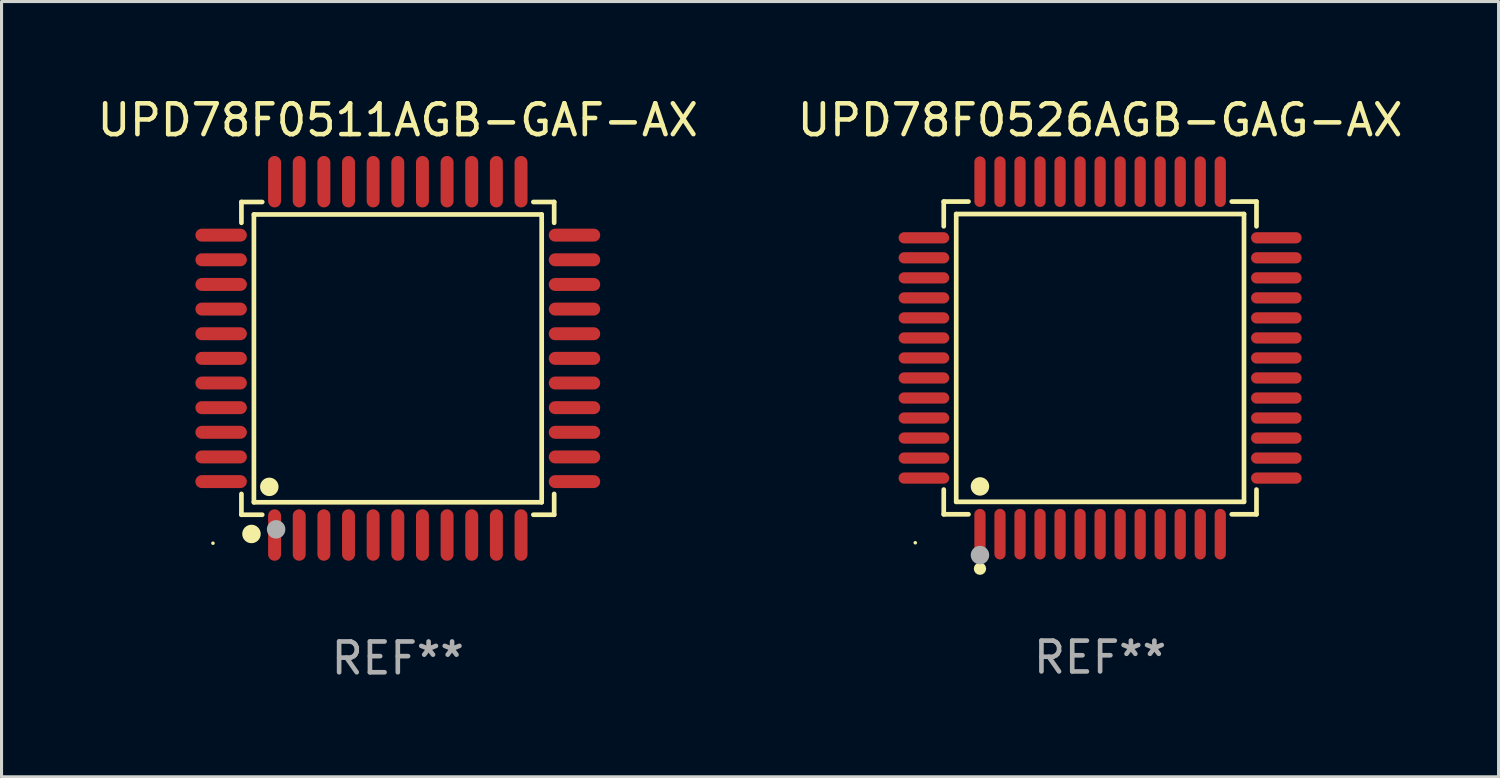
<source format=kicad_pcb>
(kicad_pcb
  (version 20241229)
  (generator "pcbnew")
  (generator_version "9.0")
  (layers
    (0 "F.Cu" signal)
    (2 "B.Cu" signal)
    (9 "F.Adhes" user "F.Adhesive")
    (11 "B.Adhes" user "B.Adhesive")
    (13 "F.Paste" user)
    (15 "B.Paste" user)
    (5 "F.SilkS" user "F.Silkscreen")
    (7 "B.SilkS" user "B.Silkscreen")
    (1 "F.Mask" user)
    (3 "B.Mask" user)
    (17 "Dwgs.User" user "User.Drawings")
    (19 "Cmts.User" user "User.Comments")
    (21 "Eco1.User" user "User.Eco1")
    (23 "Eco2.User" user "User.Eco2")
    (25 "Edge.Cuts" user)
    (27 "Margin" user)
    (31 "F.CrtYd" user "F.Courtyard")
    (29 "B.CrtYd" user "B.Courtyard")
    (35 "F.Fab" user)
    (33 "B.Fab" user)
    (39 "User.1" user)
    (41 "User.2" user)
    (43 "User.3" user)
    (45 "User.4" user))
  (footprint "UPD78F0526AGB-GAG-AX"
    (layer "F.Cu")
    (at 32.661 8.569)
    (property "Reference" "UPD78F0526AGB-GAG-AX" (at 0 -7.721 0) (layer "F.SilkS") (effects (font (size 1 1) (thickness 0.15))))
    (attr through_hole)
    (fp_line (start -5.076 -5.076) (end -4.273 -5.076) (stroke (width 0.152) (type solid)) (layer "F.SilkS"))
    (fp_line (start -5.076 -4.273) (end -5.076 -5.076) (stroke (width 0.152) (type solid)) (layer "F.SilkS"))
    (fp_line (start -5.076 4.273) (end -5.076 5.076) (stroke (width 0.152) (type solid)) (layer "F.SilkS"))
    (fp_line (start -5.076 5.076) (end -4.273 5.076) (stroke (width 0.152) (type solid)) (layer "F.SilkS"))
    (fp_line (start -4.671 -4.671) (end 4.671 -4.671) (stroke (width 0.152) (type solid)) (layer "F.SilkS"))
    (fp_line (start -4.671 4.671) (end -4.671 -4.671) (stroke (width 0.152) (type solid)) (layer "F.SilkS"))
    (fp_line (start 4.671 -4.671) (end 4.671 4.671) (stroke (width 0.152) (type solid)) (layer "F.SilkS"))
    (fp_line (start 4.671 4.671) (end -4.671 4.671) (stroke (width 0.152) (type solid)) (layer "F.SilkS"))
    (fp_line (start 5.076 -5.076) (end 4.273 -5.076) (stroke (width 0.152) (type solid)) (layer "F.SilkS"))
    (fp_line (start 5.076 -4.273) (end 5.076 -5.076) (stroke (width 0.152) (type solid)) (layer "F.SilkS"))
    (fp_line (start 5.076 4.273) (end 5.076 5.076) (stroke (width 0.152) (type solid)) (layer "F.SilkS"))
    (fp_line (start 5.076 5.076) (end 4.273 5.076) (stroke (width 0.152) (type solid)) (layer "F.SilkS"))
    (fp_circle (center -6 6) (end -5.97 6) (stroke (width 0.06) (type solid)) (fill no) (layer "F.SilkS"))
    (fp_circle (center -3.9 4.171) (end -3.75 4.171) (stroke (width 0.3) (type solid)) (fill no) (layer "F.SilkS"))
    (fp_circle (center -3.9 6.842) (end -3.8 6.842) (stroke (width 0.2) (type solid)) (fill no) (layer "F.SilkS"))
    (fp_circle (center -3.9 6.4) (end -3.75 6.4) (stroke (width 0.3) (type solid)) (fill no) (layer "F.Fab"))
    (fp_text user "REF**" (at 0 9.721 0) (layer "F.Fab") (effects (font (size 1 1) (thickness 0.15))))
    (pad "1" smd oval (at -3.9 5.721) (size 0.364 1.642) (layers "F.Cu" "F.Mask" "F.Paste"))
    (pad "2" smd oval (at -3.25 5.721) (size 0.364 1.642) (layers "F.Cu" "F.Mask" "F.Paste"))
    (pad "3" smd oval (at -2.6 5.721) (size 0.364 1.642) (layers "F.Cu" "F.Mask" "F.Paste"))
    (pad "4" smd oval (at -1.95 5.721) (size 0.364 1.642) (layers "F.Cu" "F.Mask" "F.Paste"))
    (pad "5" smd oval (at -1.3 5.721) (size 0.364 1.642) (layers "F.Cu" "F.Mask" "F.Paste"))
    (pad "6" smd oval (at -0.65 5.721) (size 0.364 1.642) (layers "F.Cu" "F.Mask" "F.Paste"))
    (pad "7" smd oval (at 0 5.721) (size 0.364 1.642) (layers "F.Cu" "F.Mask" "F.Paste"))
    (pad "8" smd oval (at 0.65 5.721) (size 0.364 1.642) (layers "F.Cu" "F.Mask" "F.Paste"))
    (pad "9" smd oval (at 1.3 5.721) (size 0.364 1.642) (layers "F.Cu" "F.Mask" "F.Paste"))
    (pad "10" smd oval (at 1.95 5.721) (size 0.364 1.642) (layers "F.Cu" "F.Mask" "F.Paste"))
    (pad "11" smd oval (at 2.6 5.721) (size 0.364 1.642) (layers "F.Cu" "F.Mask" "F.Paste"))
    (pad "12" smd oval (at 3.25 5.721) (size 0.364 1.642) (layers "F.Cu" "F.Mask" "F.Paste"))
    (pad "13" smd oval (at 3.9 5.721) (size 0.364 1.642) (layers "F.Cu" "F.Mask" "F.Paste"))
    (pad "14" smd oval (at 5.721 3.9) (size 1.642 0.364) (layers "F.Cu" "F.Mask" "F.Paste"))
    (pad "15" smd oval (at 5.721 3.25) (size 1.642 0.364) (layers "F.Cu" "F.Mask" "F.Paste"))
    (pad "16" smd oval (at 5.721 2.6) (size 1.642 0.364) (layers "F.Cu" "F.Mask" "F.Paste"))
    (pad "17" smd oval (at 5.721 1.95) (size 1.642 0.364) (layers "F.Cu" "F.Mask" "F.Paste"))
    (pad "18" smd oval (at 5.721 1.3) (size 1.642 0.364) (layers "F.Cu" "F.Mask" "F.Paste"))
    (pad "19" smd oval (at 5.721 0.65) (size 1.642 0.364) (layers "F.Cu" "F.Mask" "F.Paste"))
    (pad "20" smd oval (at 5.721 0) (size 1.642 0.364) (layers "F.Cu" "F.Mask" "F.Paste"))
    (pad "21" smd oval (at 5.721 -0.65) (size 1.642 0.364) (layers "F.Cu" "F.Mask" "F.Paste"))
    (pad "22" smd oval (at 5.721 -1.3) (size 1.642 0.364) (layers "F.Cu" "F.Mask" "F.Paste"))
    (pad "23" smd oval (at 5.721 -1.95) (size 1.642 0.364) (layers "F.Cu" "F.Mask" "F.Paste"))
    (pad "24" smd oval (at 5.721 -2.6) (size 1.642 0.364) (layers "F.Cu" "F.Mask" "F.Paste"))
    (pad "25" smd oval (at 5.721 -3.25) (size 1.642 0.364) (layers "F.Cu" "F.Mask" "F.Paste"))
    (pad "26" smd oval (at 5.721 -3.9) (size 1.642 0.364) (layers "F.Cu" "F.Mask" "F.Paste"))
    (pad "27" smd oval (at 3.9 -5.721) (size 0.364 1.642) (layers "F.Cu" "F.Mask" "F.Paste"))
    (pad "28" smd oval (at 3.25 -5.721) (size 0.364 1.642) (layers "F.Cu" "F.Mask" "F.Paste"))
    (pad "29" smd oval (at 2.6 -5.721) (size 0.364 1.642) (layers "F.Cu" "F.Mask" "F.Paste"))
    (pad "30" smd oval (at 1.95 -5.721) (size 0.364 1.642) (layers "F.Cu" "F.Mask" "F.Paste"))
    (pad "31" smd oval (at 1.3 -5.721) (size 0.364 1.642) (layers "F.Cu" "F.Mask" "F.Paste"))
    (pad "32" smd oval (at 0.65 -5.721) (size 0.364 1.642) (layers "F.Cu" "F.Mask" "F.Paste"))
    (pad "33" smd oval (at 0 -5.721) (size 0.364 1.642) (layers "F.Cu" "F.Mask" "F.Paste"))
    (pad "34" smd oval (at -0.65 -5.721) (size 0.364 1.642) (layers "F.Cu" "F.Mask" "F.Paste"))
    (pad "35" smd oval (at -1.3 -5.721) (size 0.364 1.642) (layers "F.Cu" "F.Mask" "F.Paste"))
    (pad "36" smd oval (at -1.95 -5.721) (size 0.364 1.642) (layers "F.Cu" "F.Mask" "F.Paste"))
    (pad "37" smd oval (at -2.6 -5.721) (size 0.364 1.642) (layers "F.Cu" "F.Mask" "F.Paste"))
    (pad "38" smd oval (at -3.25 -5.721) (size 0.364 1.642) (layers "F.Cu" "F.Mask" "F.Paste"))
    (pad "39" smd oval (at -3.9 -5.721) (size 0.364 1.642) (layers "F.Cu" "F.Mask" "F.Paste"))
    (pad "40" smd oval (at -5.721 -3.9) (size 1.642 0.364) (layers "F.Cu" "F.Mask" "F.Paste"))
    (pad "41" smd oval (at -5.721 -3.25) (size 1.642 0.364) (layers "F.Cu" "F.Mask" "F.Paste"))
    (pad "42" smd oval (at -5.721 -2.6) (size 1.642 0.364) (layers "F.Cu" "F.Mask" "F.Paste"))
    (pad "43" smd oval (at -5.721 -1.95) (size 1.642 0.364) (layers "F.Cu" "F.Mask" "F.Paste"))
    (pad "44" smd oval (at -5.721 -1.3) (size 1.642 0.364) (layers "F.Cu" "F.Mask" "F.Paste"))
    (pad "45" smd oval (at -5.721 -0.65) (size 1.642 0.364) (layers "F.Cu" "F.Mask" "F.Paste"))
    (pad "46" smd oval (at -5.721 0) (size 1.642 0.364) (layers "F.Cu" "F.Mask" "F.Paste"))
    (pad "47" smd oval (at -5.721 0.65) (size 1.642 0.364) (layers "F.Cu" "F.Mask" "F.Paste"))
    (pad "48" smd oval (at -5.721 1.3) (size 1.642 0.364) (layers "F.Cu" "F.Mask" "F.Paste"))
    (pad "49" smd oval (at -5.721 1.95) (size 1.642 0.364) (layers "F.Cu" "F.Mask" "F.Paste"))
    (pad "50" smd oval (at -5.721 2.6) (size 1.642 0.364) (layers "F.Cu" "F.Mask" "F.Paste"))
    (pad "51" smd oval (at -5.721 3.25) (size 1.642 0.364) (layers "F.Cu" "F.Mask" "F.Paste"))
    (pad "52" smd oval (at -5.721 3.9) (size 1.642 0.364) (layers "F.Cu" "F.Mask" "F.Paste")))
  (footprint "UPD78F0511AGB-GAF-AX"
    (layer "F.Cu")
    (at 9.863 8.583)
    (property "Reference" "UPD78F0511AGB-GAF-AX" (at 0 -7.735 0) (layer "F.SilkS") (effects (font (size 1 1) (thickness 0.15))))
    (attr through_hole)
    (fp_line (start -5.076 -5.076) (end -4.401 -5.076) (stroke (width 0.152) (type solid)) (layer "F.SilkS"))
    (fp_line (start -5.076 -4.401) (end -5.076 -5.076) (stroke (width 0.152) (type solid)) (layer "F.SilkS"))
    (fp_line (start -5.076 4.401) (end -5.076 5.076) (stroke (width 0.152) (type solid)) (layer "F.SilkS"))
    (fp_line (start -5.076 5.076) (end -4.401 5.076) (stroke (width 0.152) (type solid)) (layer "F.SilkS"))
    (fp_line (start -4.671 -4.671) (end 4.671 -4.671) (stroke (width 0.152) (type solid)) (layer "F.SilkS"))
    (fp_line (start -4.671 4.671) (end -4.671 -4.671) (stroke (width 0.152) (type solid)) (layer "F.SilkS"))
    (fp_line (start 4.671 -4.671) (end 4.671 4.671) (stroke (width 0.152) (type solid)) (layer "F.SilkS"))
    (fp_line (start 4.671 4.671) (end -4.671 4.671) (stroke (width 0.152) (type solid)) (layer "F.SilkS"))
    (fp_line (start 5.076 -5.076) (end 4.401 -5.076) (stroke (width 0.152) (type solid)) (layer "F.SilkS"))
    (fp_line (start 5.076 -4.401) (end 5.076 -5.076) (stroke (width 0.152) (type solid)) (layer "F.SilkS"))
    (fp_line (start 5.076 4.401) (end 5.076 5.076) (stroke (width 0.152) (type solid)) (layer "F.SilkS"))
    (fp_line (start 5.076 5.076) (end 4.401 5.076) (stroke (width 0.152) (type solid)) (layer "F.SilkS"))
    (fp_circle (center -6 6) (end -5.97 6) (stroke (width 0.06) (type solid)) (fill no) (layer "F.SilkS"))
    (fp_circle (center -4.75 5.7) (end -4.6 5.7) (stroke (width 0.3) (type solid)) (fill no) (layer "F.SilkS"))
    (fp_circle (center -4.171 4.171) (end -4.021 4.171) (stroke (width 0.3) (type solid)) (fill no) (layer "F.SilkS"))
    (fp_circle (center -3.95 5.55) (end -3.8 5.55) (stroke (width 0.3) (type solid)) (fill no) (layer "F.Fab"))
    (fp_text user "REF**" (at 0 9.735 0) (layer "F.Fab") (effects (font (size 1 1) (thickness 0.15))))
    (pad "1" smd oval (at -4 5.735) (size 0.42 1.67) (layers "F.Cu" "F.Mask" "F.Paste"))
    (pad "2" smd oval (at -3.2 5.735) (size 0.42 1.67) (layers "F.Cu" "F.Mask" "F.Paste"))
    (pad "3" smd oval (at -2.4 5.735) (size 0.42 1.67) (layers "F.Cu" "F.Mask" "F.Paste"))
    (pad "4" smd oval (at -1.6 5.735) (size 0.42 1.67) (layers "F.Cu" "F.Mask" "F.Paste"))
    (pad "5" smd oval (at -0.8 5.735) (size 0.42 1.67) (layers "F.Cu" "F.Mask" "F.Paste"))
    (pad "6" smd oval (at 0 5.735) (size 0.42 1.67) (layers "F.Cu" "F.Mask" "F.Paste"))
    (pad "7" smd oval (at 0.8 5.735) (size 0.42 1.67) (layers "F.Cu" "F.Mask" "F.Paste"))
    (pad "8" smd oval (at 1.6 5.735) (size 0.42 1.67) (layers "F.Cu" "F.Mask" "F.Paste"))
    (pad "9" smd oval (at 2.4 5.735) (size 0.42 1.67) (layers "F.Cu" "F.Mask" "F.Paste"))
    (pad "10" smd oval (at 3.2 5.735) (size 0.42 1.67) (layers "F.Cu" "F.Mask" "F.Paste"))
    (pad "11" smd oval (at 4 5.735) (size 0.42 1.67) (layers "F.Cu" "F.Mask" "F.Paste"))
    (pad "12" smd oval (at 5.735 4) (size 1.67 0.42) (layers "F.Cu" "F.Mask" "F.Paste"))
    (pad "13" smd oval (at 5.735 3.2) (size 1.67 0.42) (layers "F.Cu" "F.Mask" "F.Paste"))
    (pad "14" smd oval (at 5.735 2.4) (size 1.67 0.42) (layers "F.Cu" "F.Mask" "F.Paste"))
    (pad "15" smd oval (at 5.735 1.6) (size 1.67 0.42) (layers "F.Cu" "F.Mask" "F.Paste"))
    (pad "16" smd oval (at 5.735 0.8) (size 1.67 0.42) (layers "F.Cu" "F.Mask" "F.Paste"))
    (pad "17" smd oval (at 5.735 0) (size 1.67 0.42) (layers "F.Cu" "F.Mask" "F.Paste"))
    (pad "18" smd oval (at 5.735 -0.8) (size 1.67 0.42) (layers "F.Cu" "F.Mask" "F.Paste"))
    (pad "19" smd oval (at 5.735 -1.6) (size 1.67 0.42) (layers "F.Cu" "F.Mask" "F.Paste"))
    (pad "20" smd oval (at 5.735 -2.4) (size 1.67 0.42) (layers "F.Cu" "F.Mask" "F.Paste"))
    (pad "21" smd oval (at 5.735 -3.2) (size 1.67 0.42) (layers "F.Cu" "F.Mask" "F.Paste"))
    (pad "22" smd oval (at 5.735 -4) (size 1.67 0.42) (layers "F.Cu" "F.Mask" "F.Paste"))
    (pad "23" smd oval (at 4 -5.735) (size 0.42 1.67) (layers "F.Cu" "F.Mask" "F.Paste"))
    (pad "24" smd oval (at 3.2 -5.735) (size 0.42 1.67) (layers "F.Cu" "F.Mask" "F.Paste"))
    (pad "25" smd oval (at 2.4 -5.735) (size 0.42 1.67) (layers "F.Cu" "F.Mask" "F.Paste"))
    (pad "26" smd oval (at 1.6 -5.735) (size 0.42 1.67) (layers "F.Cu" "F.Mask" "F.Paste"))
    (pad "27" smd oval (at 0.8 -5.735) (size 0.42 1.67) (layers "F.Cu" "F.Mask" "F.Paste"))
    (pad "28" smd oval (at 0 -5.735) (size 0.42 1.67) (layers "F.Cu" "F.Mask" "F.Paste"))
    (pad "29" smd oval (at -0.8 -5.735) (size 0.42 1.67) (layers "F.Cu" "F.Mask" "F.Paste"))
    (pad "30" smd oval (at -1.6 -5.735) (size 0.42 1.67) (layers "F.Cu" "F.Mask" "F.Paste"))
    (pad "31" smd oval (at -2.4 -5.735) (size 0.42 1.67) (layers "F.Cu" "F.Mask" "F.Paste"))
    (pad "32" smd oval (at -3.2 -5.735) (size 0.42 1.67) (layers "F.Cu" "F.Mask" "F.Paste"))
    (pad "33" smd oval (at -4 -5.735) (size 0.42 1.67) (layers "F.Cu" "F.Mask" "F.Paste"))
    (pad "34" smd oval (at -5.735 -4) (size 1.67 0.42) (layers "F.Cu" "F.Mask" "F.Paste"))
    (pad "35" smd oval (at -5.735 -3.2) (size 1.67 0.42) (layers "F.Cu" "F.Mask" "F.Paste"))
    (pad "36" smd oval (at -5.735 -2.4) (size 1.67 0.42) (layers "F.Cu" "F.Mask" "F.Paste"))
    (pad "37" smd oval (at -5.735 -1.6) (size 1.67 0.42) (layers "F.Cu" "F.Mask" "F.Paste"))
    (pad "38" smd oval (at -5.735 -0.8) (size 1.67 0.42) (layers "F.Cu" "F.Mask" "F.Paste"))
    (pad "39" smd oval (at -5.735 0) (size 1.67 0.42) (layers "F.Cu" "F.Mask" "F.Paste"))
    (pad "40" smd oval (at -5.735 0.8) (size 1.67 0.42) (layers "F.Cu" "F.Mask" "F.Paste"))
    (pad "41" smd oval (at -5.735 1.6) (size 1.67 0.42) (layers "F.Cu" "F.Mask" "F.Paste"))
    (pad "42" smd oval (at -5.735 2.4) (size 1.67 0.42) (layers "F.Cu" "F.Mask" "F.Paste"))
    (pad "43" smd oval (at -5.735 3.2) (size 1.67 0.42) (layers "F.Cu" "F.Mask" "F.Paste"))
    (pad "44" smd oval (at -5.735 4) (size 1.67 0.42) (layers "F.Cu" "F.Mask" "F.Paste")))
  (gr_rect
    (start -3 -3)
    (end 45.595 22.167)
    (stroke (width 0.1) (type default))
    (fill no)
    (layer "Edge.Cuts")))
</source>
